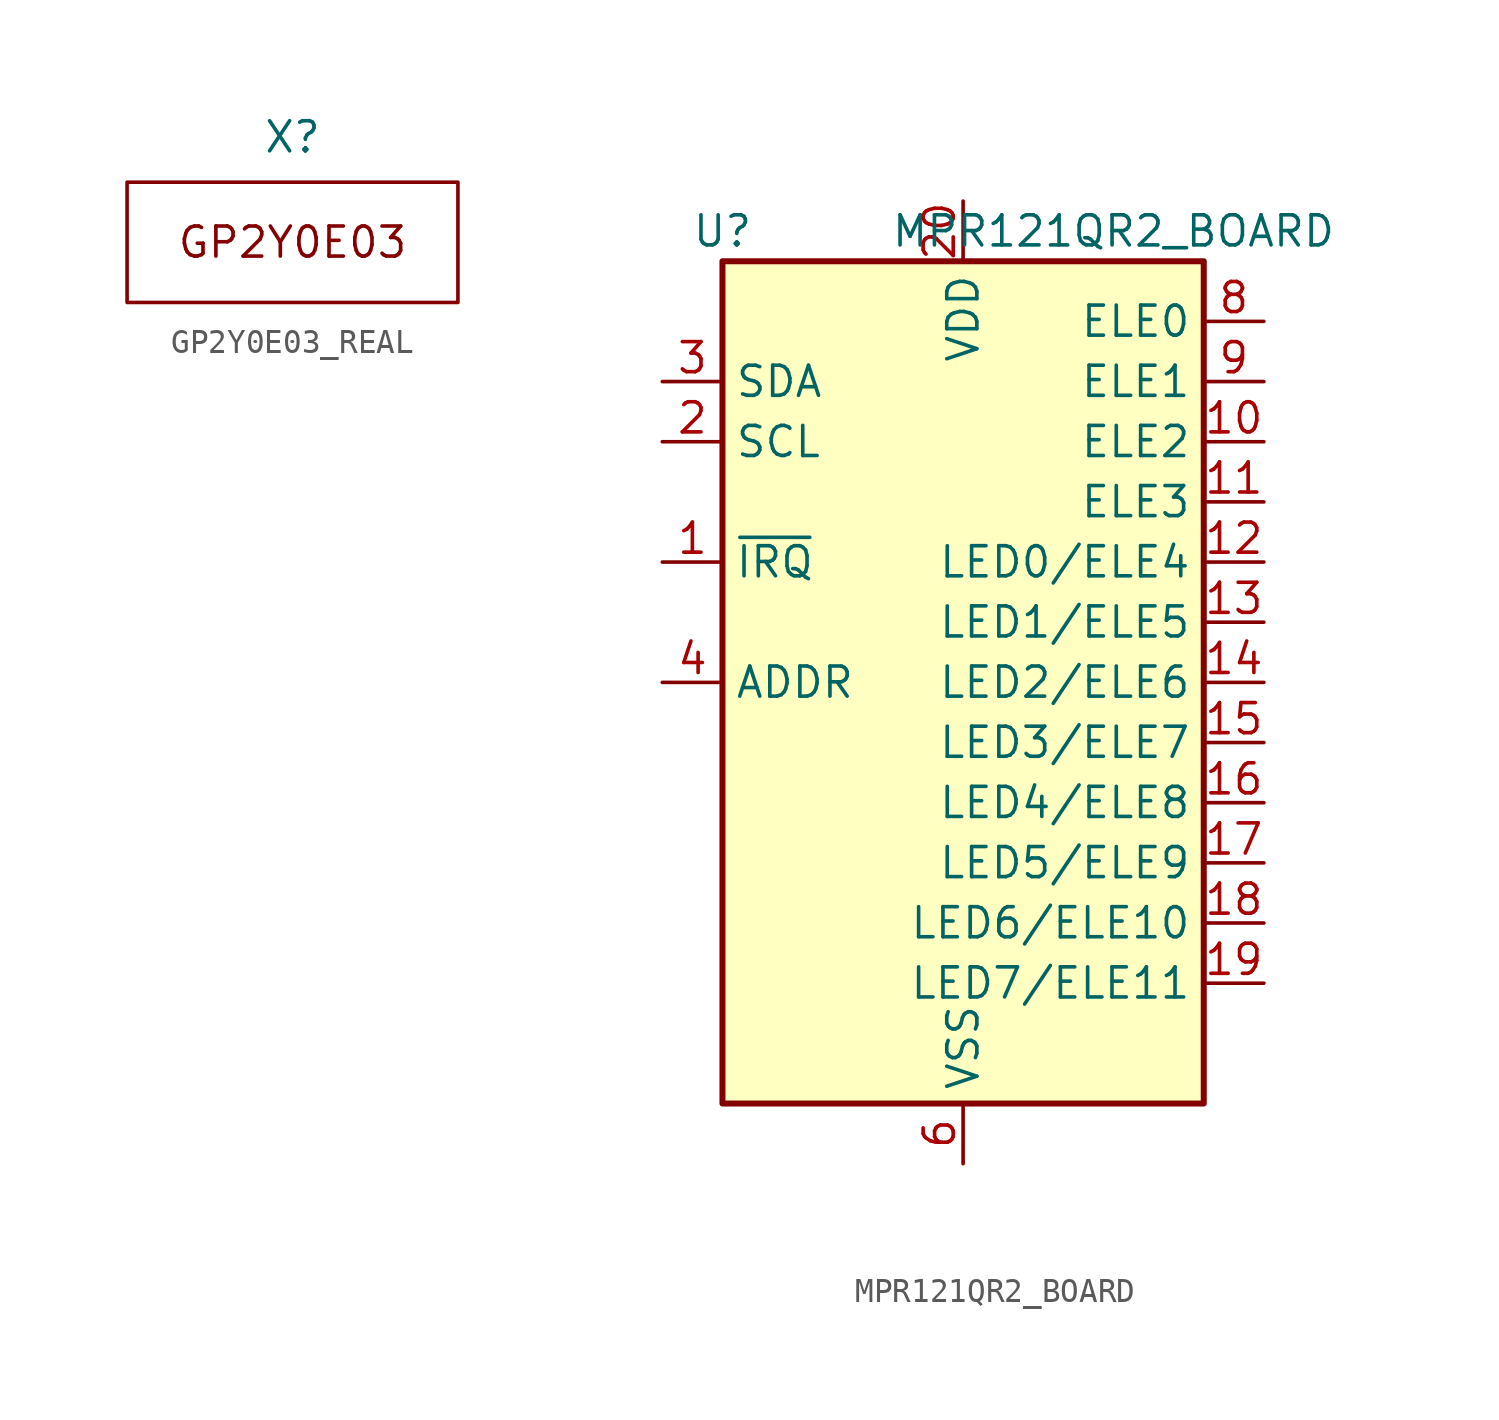
<source format=kicad_sym>
(kicad_symbol_lib
  (version 20211014)
  (generator kicad_symbol_editor)
  (symbol "GP2Y0E03_REAL"
    (property "Reference" "X"
      (at 0 0 0)
      (effects (font (size 1.27 1.27))))
    (symbol "GP2Y0E03_REAL_0_0"
      (rectangle (start -6.985 -1.905) (end 6.985 -6.985) (stroke (width 0) (type default) (color 0 0 0 0)) (fill (type none)))
      (text "GP2Y0E03" (at 0 -4.445 0) (effects (font (size 1.27 1.27))))))
  (symbol "MPR121QR2_BOARD"
    (property "Reference" "U"
      (at -10.16 19.05 0)
      (effects (font (size 1.27 1.27))))
    (property "Value" "MPR121QR2_BOARD"
      (at 6.35 19.05 0)
      (effects (font (size 1.27 1.27))))
    (symbol "MPR121QR2_BOARD_0_1"
      (rectangle (start -10.16 17.78) (end 10.16 -17.78) (stroke (width 0.254) (type default) (color 0 0 0 0)) (fill (type background))))
    (symbol "MPR121QR2_BOARD_1_1"
      (pin open_collector line (at -12.7 5.08 0) (length 2.54) (name "~{IRQ}" (effects (font (size 1.27 1.27)))) (number "1" (effects (font (size 1.27 1.27)))))
      (pin passive line (at 12.7 10.16 180) (length 2.54) (name "ELE2" (effects (font (size 1.27 1.27)))) (number "10" (effects (font (size 1.27 1.27)))))
      (pin passive line (at 12.7 7.62 180) (length 2.54) (name "ELE3" (effects (font (size 1.27 1.27)))) (number "11" (effects (font (size 1.27 1.27)))))
      (pin passive line (at 12.7 5.08 180) (length 2.54) (name "LED0/ELE4" (effects (font (size 1.27 1.27)))) (number "12" (effects (font (size 1.27 1.27)))))
      (pin passive line (at 12.7 2.54 180) (length 2.54) (name "LED1/ELE5" (effects (font (size 1.27 1.27)))) (number "13" (effects (font (size 1.27 1.27)))))
      (pin passive line (at 12.7 0 180) (length 2.54) (name "LED2/ELE6" (effects (font (size 1.27 1.27)))) (number "14" (effects (font (size 1.27 1.27)))))
      (pin passive line (at 12.7 -2.54 180) (length 2.54) (name "LED3/ELE7" (effects (font (size 1.27 1.27)))) (number "15" (effects (font (size 1.27 1.27)))))
      (pin passive line (at 12.7 -5.08 180) (length 2.54) (name "LED4/ELE8" (effects (font (size 1.27 1.27)))) (number "16" (effects (font (size 1.27 1.27)))))
      (pin passive line (at 12.7 -7.62 180) (length 2.54) (name "LED5/ELE9" (effects (font (size 1.27 1.27)))) (number "17" (effects (font (size 1.27 1.27)))))
      (pin passive line (at 12.7 -10.16 180) (length 2.54) (name "LED6/ELE10" (effects (font (size 1.27 1.27)))) (number "18" (effects (font (size 1.27 1.27)))))
      (pin passive line (at 12.7 -12.7 180) (length 2.54) (name "LED7/ELE11" (effects (font (size 1.27 1.27)))) (number "19" (effects (font (size 1.27 1.27)))))
      (pin input line (at -12.7 10.16 0) (length 2.54) (name "SCL" (effects (font (size 1.27 1.27)))) (number "2" (effects (font (size 1.27 1.27)))))
      (pin power_in line (at 0 20.32 270) (length 2.54) (name "VDD" (effects (font (size 1.27 1.27)))) (number "20" (effects (font (size 1.27 1.27)))))
      (pin bidirectional line (at -12.7 12.7 0) (length 2.54) (name "SDA" (effects (font (size 1.27 1.27)))) (number "3" (effects (font (size 1.27 1.27)))))
      (pin input line (at -12.7 0 0) (length 2.54) (name "ADDR" (effects (font (size 1.27 1.27)))) (number "4" (effects (font (size 1.27 1.27)))))
      (pin power_in line (at 0 -20.32 90) (length 2.54) (name "VSS" (effects (font (size 1.27 1.27)))) (number "6" (effects (font (size 1.27 1.27)))))
      (pin passive line (at 12.7 15.24 180) (length 2.54) (name "ELE0" (effects (font (size 1.27 1.27)))) (number "8" (effects (font (size 1.27 1.27)))))
      (pin passive line (at 12.7 12.7 180) (length 2.54) (name "ELE1" (effects (font (size 1.27 1.27)))) (number "9" (effects (font (size 1.27 1.27))))))))
</source>
